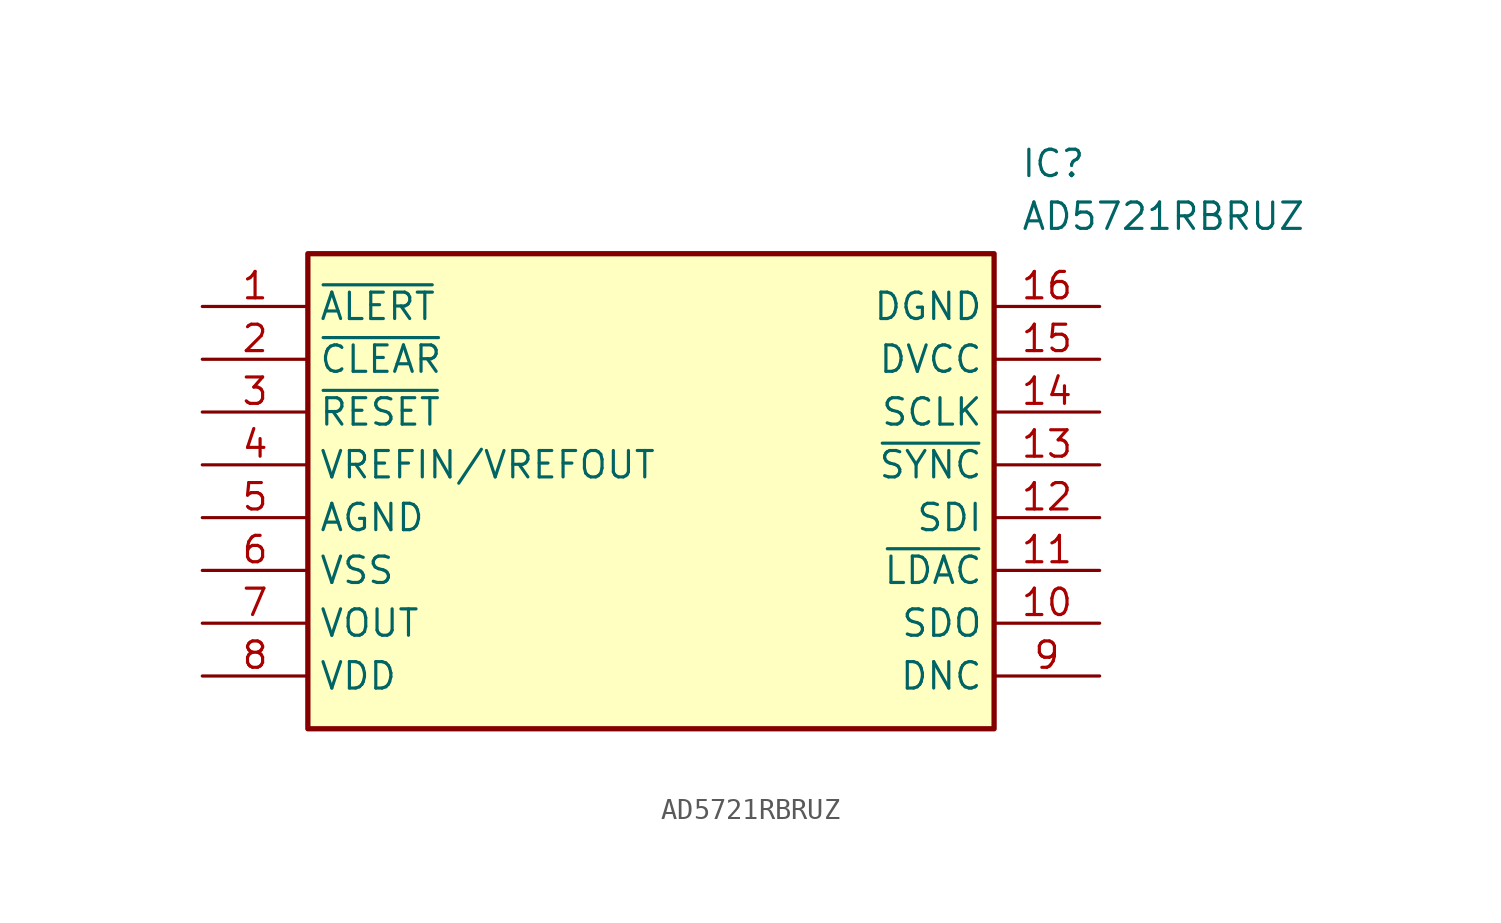
<source format=kicad_sym>
(kicad_symbol_lib
  (version 20211014)
  (generator SamacSys_ECAD_Model)
  (symbol "AD5721RBRUZ"
    (property "Reference" "IC"
      (at 39.37 7.62 0)
      (effects (font (size 1.27 1.27)) (justify left top)))
    (property "Value" "AD5721RBRUZ"
      (at 39.37 5.08 0)
      (effects (font (size 1.27 1.27)) (justify left top)))
    (rectangle
      (start 5.08 2.54)
      (end 38.1 -20.32)
      (stroke (width 0.254) (type default))
      (fill (type background)))
    (pin passive line
      (at 0 0 0)
      (length 5.08)
      (name "~{ALERT}" (effects (font (size 1.27 1.27))))
      (number "1" (effects (font (size 1.27 1.27)))))
    (pin passive line
      (at 0 -2.54 0)
      (length 5.08)
      (name "~{CLEAR}" (effects (font (size 1.27 1.27))))
      (number "2" (effects (font (size 1.27 1.27)))))
    (pin passive line
      (at 0 -5.08 0)
      (length 5.08)
      (name "~{RESET}" (effects (font (size 1.27 1.27))))
      (number "3" (effects (font (size 1.27 1.27)))))
    (pin passive line
      (at 0 -7.62 0)
      (length 5.08)
      (name "VREFIN/VREFOUT" (effects (font (size 1.27 1.27))))
      (number "4" (effects (font (size 1.27 1.27)))))
    (pin passive line
      (at 0 -10.16 0)
      (length 5.08)
      (name "AGND" (effects (font (size 1.27 1.27))))
      (number "5" (effects (font (size 1.27 1.27)))))
    (pin passive line
      (at 0 -12.7 0)
      (length 5.08)
      (name "VSS" (effects (font (size 1.27 1.27))))
      (number "6" (effects (font (size 1.27 1.27)))))
    (pin passive line
      (at 0 -15.24 0)
      (length 5.08)
      (name "VOUT" (effects (font (size 1.27 1.27))))
      (number "7" (effects (font (size 1.27 1.27)))))
    (pin passive line
      (at 0 -17.78 0)
      (length 5.08)
      (name "VDD" (effects (font (size 1.27 1.27))))
      (number "8" (effects (font (size 1.27 1.27)))))
    (pin passive line
      (at 43.18 0 180)
      (length 5.08)
      (name "DGND" (effects (font (size 1.27 1.27))))
      (number "16" (effects (font (size 1.27 1.27)))))
    (pin passive line
      (at 43.18 -2.54 180)
      (length 5.08)
      (name "DVCC" (effects (font (size 1.27 1.27))))
      (number "15" (effects (font (size 1.27 1.27)))))
    (pin passive line
      (at 43.18 -5.08 180)
      (length 5.08)
      (name "SCLK" (effects (font (size 1.27 1.27))))
      (number "14" (effects (font (size 1.27 1.27)))))
    (pin passive line
      (at 43.18 -7.62 180)
      (length 5.08)
      (name "~{SYNC}" (effects (font (size 1.27 1.27))))
      (number "13" (effects (font (size 1.27 1.27)))))
    (pin passive line
      (at 43.18 -10.16 180)
      (length 5.08)
      (name "SDI" (effects (font (size 1.27 1.27))))
      (number "12" (effects (font (size 1.27 1.27)))))
    (pin passive line
      (at 43.18 -12.7 180)
      (length 5.08)
      (name "~{LDAC}" (effects (font (size 1.27 1.27))))
      (number "11" (effects (font (size 1.27 1.27)))))
    (pin passive line
      (at 43.18 -15.24 180)
      (length 5.08)
      (name "SDO" (effects (font (size 1.27 1.27))))
      (number "10" (effects (font (size 1.27 1.27)))))
    (pin passive line
      (at 43.18 -17.78 180)
      (length 5.08)
      (name "DNC" (effects (font (size 1.27 1.27))))
      (number "9" (effects (font (size 1.27 1.27)))))))
</source>
